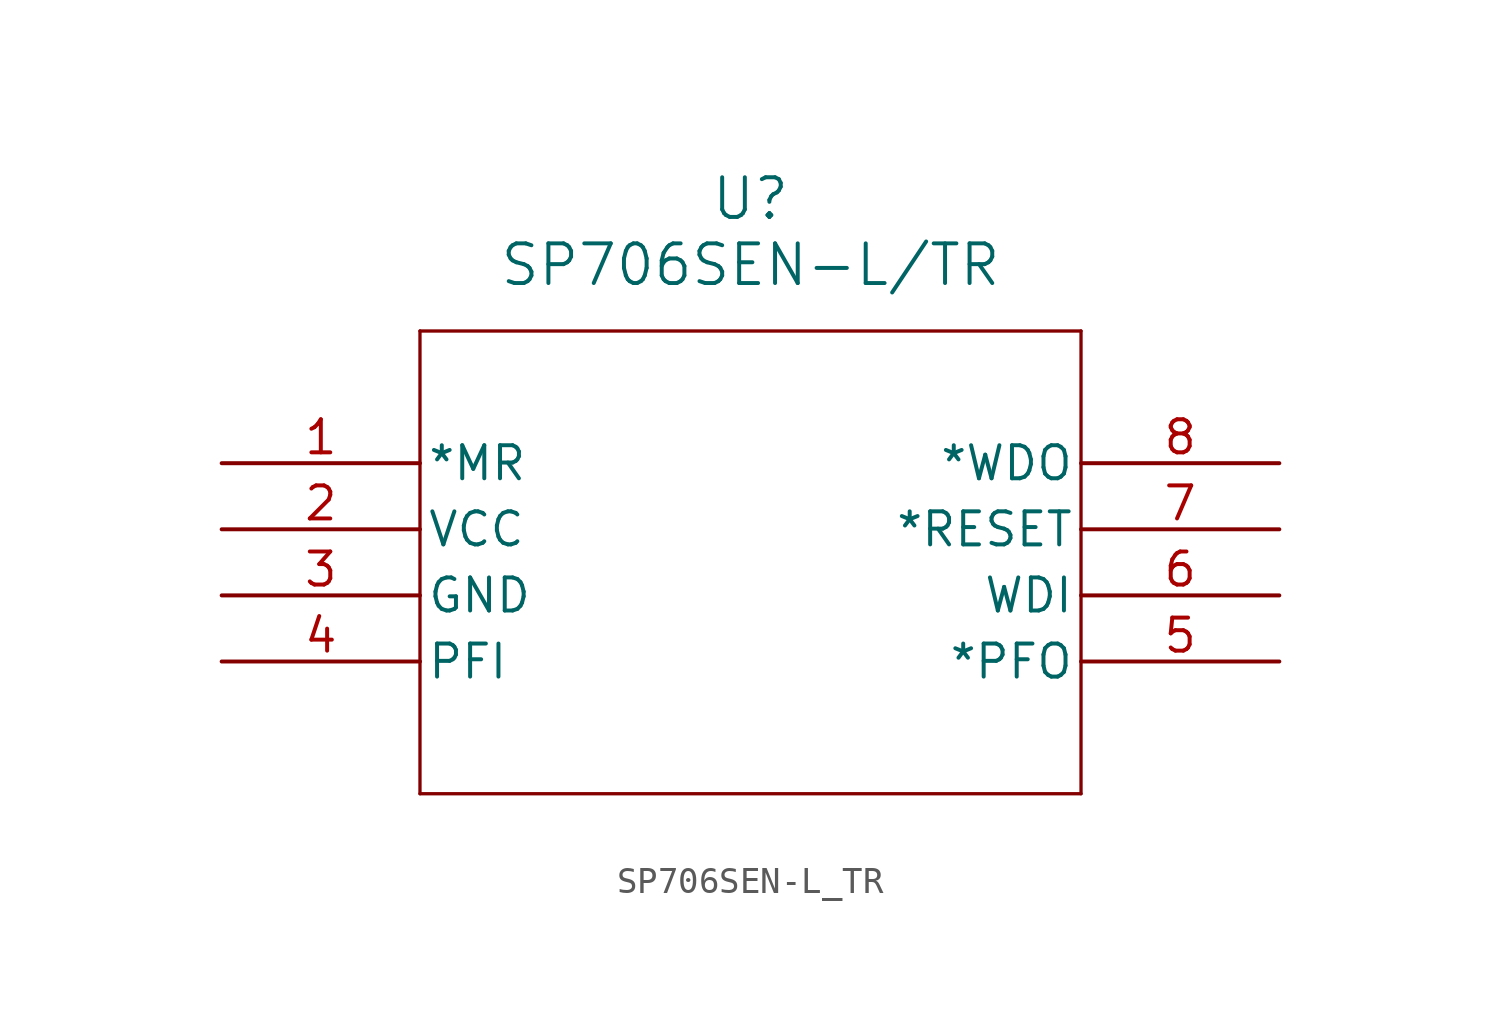
<source format=kicad_sym>
(kicad_symbol_lib
  (version 20211014)
  (generator kicad_symbol_editor)
  (symbol "SP706SEN-L_TR"
    (pin_names
      (offset 0.254))
    (property "Reference" "U"
      (at 20.32 10.16 0)
      (effects (font (size 1.524 1.524))))
    (property "Value" "SP706SEN-L/TR"
      (at 20.32 7.62 0)
      (effects (font (size 1.524 1.524))))
    (symbol "SP706SEN-L_TR_0_1"
      (polyline (pts (xy 7.62 5.08) (xy 7.62 -12.7)) (stroke (width 0.127) (type default) (color 0 0 0 0)) (fill (type none)))
      (polyline (pts (xy 7.62 -12.7) (xy 33.02 -12.7)) (stroke (width 0.127) (type default) (color 0 0 0 0)) (fill (type none)))
      (polyline (pts (xy 33.02 -12.7) (xy 33.02 5.08)) (stroke (width 0.127) (type default) (color 0 0 0 0)) (fill (type none)))
      (polyline (pts (xy 33.02 5.08) (xy 7.62 5.08)) (stroke (width 0.127) (type default) (color 0 0 0 0)) (fill (type none)))
      (pin input line (at 0 0 0) (length 7.62) (name "*MR" (effects (font (size 1.27 1.27)))) (number "1" (effects (font (size 1.27 1.27)))))
      (pin power_in line (at 0 -2.54 0) (length 7.62) (name "VCC" (effects (font (size 1.27 1.27)))) (number "2" (effects (font (size 1.27 1.27)))))
      (pin power_out line (at 0 -5.08 0) (length 7.62) (name "GND" (effects (font (size 1.27 1.27)))) (number "3" (effects (font (size 1.27 1.27)))))
      (pin input line (at 0 -7.62 0) (length 7.62) (name "PFI" (effects (font (size 1.27 1.27)))) (number "4" (effects (font (size 1.27 1.27)))))
      (pin output line (at 40.64 -7.62 180) (length 7.62) (name "*PFO" (effects (font (size 1.27 1.27)))) (number "5" (effects (font (size 1.27 1.27)))))
      (pin input line (at 40.64 -5.08 180) (length 7.62) (name "WDI" (effects (font (size 1.27 1.27)))) (number "6" (effects (font (size 1.27 1.27)))))
      (pin output line (at 40.64 -2.54 180) (length 7.62) (name "*RESET" (effects (font (size 1.27 1.27)))) (number "7" (effects (font (size 1.27 1.27)))))
      (pin output line (at 40.64 0 180) (length 7.62) (name "*WDO" (effects (font (size 1.27 1.27)))) (number "8" (effects (font (size 1.27 1.27))))))))
</source>
